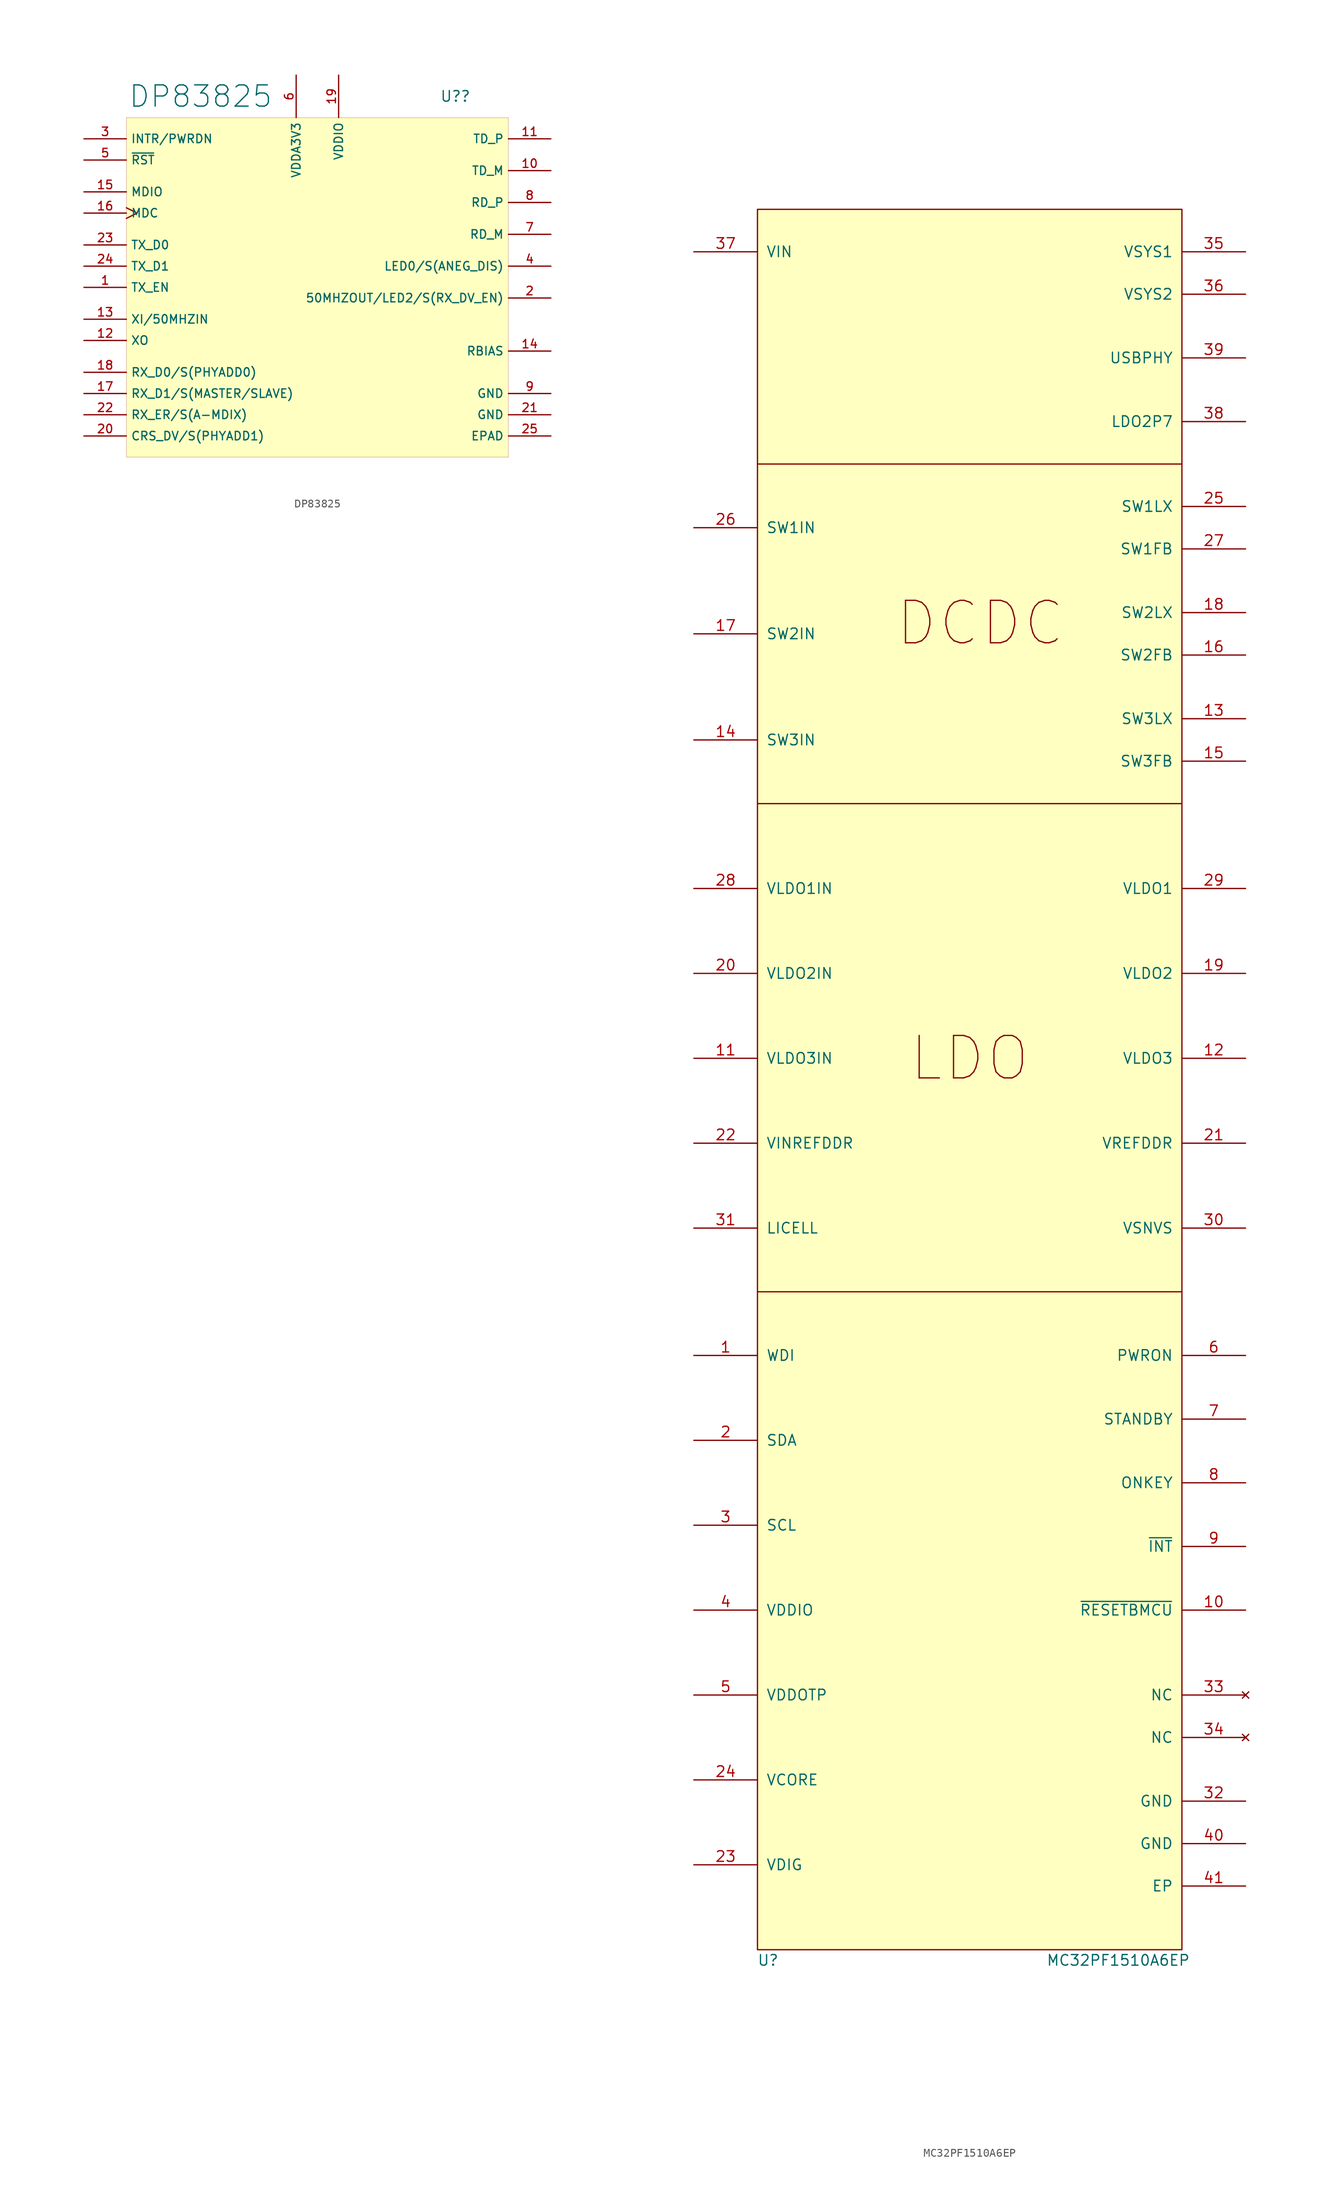
<source format=kicad_sym>
(kicad_symbol_lib
  (version 20211014)
  (generator kicad_symbol_editor)
  (symbol "DP83825"
    (property "Reference" "U?"
      (at 16.51 22.86 0)
      (effects (font (size 1.27 1.27))))
    (property "Value" "DP83825"
      (at -13.97 22.86 0)
      (effects (font (size 2.54 2.54))))
    (symbol "DP83825_0_0"
      (pin input line (at -27.94 0 0) (length 5.08) (name "TX_EN" (effects (font (size 1.016 1.016)))) (number "1" (effects (font (size 1.016 1.016)))))
      (pin output line (at 27.94 13.97 180) (length 5.08) (name "TD_M" (effects (font (size 1.016 1.016)))) (number "10" (effects (font (size 1.016 1.016)))))
      (pin output line (at 27.94 17.78 180) (length 5.08) (name "TD_P" (effects (font (size 1.016 1.016)))) (number "11" (effects (font (size 1.016 1.016)))))
      (pin output line (at -27.94 -6.35 0) (length 5.08) (name "XO" (effects (font (size 1.016 1.016)))) (number "12" (effects (font (size 1.016 1.016)))))
      (pin input line (at -27.94 -3.81 0) (length 5.08) (name "XI/50MHZIN" (effects (font (size 1.016 1.016)))) (number "13" (effects (font (size 1.016 1.016)))))
      (pin passive line (at 27.94 -7.62 180) (length 5.08) (name "RBIAS" (effects (font (size 1.016 1.016)))) (number "14" (effects (font (size 1.016 1.016)))))
      (pin bidirectional line (at -27.94 11.43 0) (length 5.08) (name "MDIO" (effects (font (size 1.016 1.016)))) (number "15" (effects (font (size 1.016 1.016)))))
      (pin input clock (at -27.94 8.89 0) (length 5.08) (name "MDC" (effects (font (size 1.016 1.016)))) (number "16" (effects (font (size 1.016 1.016)))))
      (pin bidirectional line (at -27.94 -12.7 0) (length 5.08) (name "RX_D1/S(MASTER/SLAVE)" (effects (font (size 1.016 1.016)))) (number "17" (effects (font (size 1.016 1.016)))))
      (pin bidirectional line (at -27.94 -10.16 0) (length 5.08) (name "RX_D0/S(PHYADD0)" (effects (font (size 1.016 1.016)))) (number "18" (effects (font (size 1.016 1.016)))))
      (pin power_in line (at 2.54 25.4 270) (length 5.08) (name "VDDIO" (effects (font (size 1.016 1.016)))) (number "19" (effects (font (size 1.016 1.016)))))
      (pin bidirectional line (at 27.94 -1.27 180) (length 5.08) (name "50MHZOUT/LED2/S(RX_DV_EN)" (effects (font (size 1.016 1.016)))) (number "2" (effects (font (size 1.016 1.016)))))
      (pin bidirectional line (at -27.94 -17.78 0) (length 5.08) (name "CRS_DV/S(PHYADD1)" (effects (font (size 1.016 1.016)))) (number "20" (effects (font (size 1.016 1.016)))))
      (pin power_in line (at 27.94 -15.24 180) (length 5.08) (name "GND" (effects (font (size 1.016 1.016)))) (number "21" (effects (font (size 1.016 1.016)))))
      (pin bidirectional line (at -27.94 -15.24 0) (length 5.08) (name "RX_ER/S(A-MDIX)" (effects (font (size 1.016 1.016)))) (number "22" (effects (font (size 1.016 1.016)))))
      (pin input line (at -27.94 5.08 0) (length 5.08) (name "TX_D0" (effects (font (size 1.016 1.016)))) (number "23" (effects (font (size 1.016 1.016)))))
      (pin input line (at -27.94 2.54 0) (length 5.08) (name "TX_D1" (effects (font (size 1.016 1.016)))) (number "24" (effects (font (size 1.016 1.016)))))
      (pin input line (at -27.94 17.78 0) (length 5.08) (name "INTR/PWRDN" (effects (font (size 1.016 1.016)))) (number "3" (effects (font (size 1.016 1.016)))))
      (pin bidirectional line (at 27.94 2.54 180) (length 5.08) (name "LED0/S(ANEG_DIS)" (effects (font (size 1.016 1.016)))) (number "4" (effects (font (size 1.016 1.016)))))
      (pin input line (at -27.94 15.24 0) (length 5.08) (name "~{RST}" (effects (font (size 1.016 1.016)))) (number "5" (effects (font (size 1.016 1.016)))))
      (pin power_in line (at -2.54 25.4 270) (length 5.08) (name "VDDA3V3" (effects (font (size 1.016 1.016)))) (number "6" (effects (font (size 1.016 1.016)))))
      (pin input line (at 27.94 6.35 180) (length 5.08) (name "RD_M" (effects (font (size 1.016 1.016)))) (number "7" (effects (font (size 1.016 1.016)))))
      (pin input line (at 27.94 10.16 180) (length 5.08) (name "RD_P" (effects (font (size 1.016 1.016)))) (number "8" (effects (font (size 1.016 1.016)))))
      (pin power_in line (at 27.94 -12.7 180) (length 5.08) (name "GND" (effects (font (size 1.016 1.016)))) (number "9" (effects (font (size 1.016 1.016))))))
    (symbol "DP83825_0_1"
      (rectangle (start -22.86 20.32) (end 22.86 -20.32) (stroke (width 0.001) (type default) (color 0 0 0 0)) (fill (type background))))
    (symbol "DP83825_1_1"
      (pin input line (at 27.94 -17.78 180) (length 5.08) (name "EPAD" (effects (font (size 1.016 1.016)))) (number "25" (effects (font (size 1.016 1.016)))))
      (pin input line (at 27.94 -17.78 180) (length 5.08) hide (name "EPAD" (effects (font (size 1.016 1.016)))) (number "26" (effects (font (size 1.016 1.016)))))
      (pin input line (at 27.94 -17.78 180) (length 5.08) hide (name "EPAD" (effects (font (size 1.016 1.016)))) (number "27" (effects (font (size 1.016 1.016)))))
      (pin input line (at 27.94 -17.78 180) (length 5.08) hide (name "EPAD" (effects (font (size 1.016 1.016)))) (number "28" (effects (font (size 1.016 1.016)))))
      (pin input line (at 27.94 -17.78 180) (length 5.08) hide (name "EPAD" (effects (font (size 1.016 1.016)))) (number "29" (effects (font (size 1.016 1.016)))))
      (pin input line (at 27.94 -17.78 180) (length 5.08) hide (name "EPAD" (effects (font (size 1.016 1.016)))) (number "30" (effects (font (size 1.016 1.016)))))))
  (symbol "MC32PF1510A6EP"
    (pin_names
      (offset 1.016))
    (property "Reference" "U"
      (at -25.4 -209.55 0)
      (effects (font (size 1.27 1.27))))
    (property "Value" "MC32PF1510A6EP"
      (at 16.51 -209.55 0)
      (effects (font (size 1.27 1.27))))
    (symbol "MC32PF1510A6EP_0_0"
      (polyline (pts (xy -26.67 -129.54) (xy 24.13 -129.54)) (stroke (width 0) (type default) (color 0 0 0 0)) (fill (type none)))
      (text "DCDC" (at 0 -49.53 0) (effects (font (size 5.08 5.08))))
      (text "LDO" (at -1.27 -101.6 0) (effects (font (size 5.08 5.08)))))
    (symbol "MC32PF1510A6EP_0_1"
      (polyline (pts (xy -26.67 -30.48) (xy 24.13 -30.48)) (stroke (width 0) (type default) (color 0 0 0 0)) (fill (type none)))
      (polyline (pts (xy 24.13 -71.12) (xy -26.67 -71.12)) (stroke (width 0) (type default) (color 0 0 0 0)) (fill (type none))))
    (symbol "MC32PF1510A6EP_1_1"
      (rectangle (start -26.67 0) (end 24.13 -208.28) (stroke (width 0) (type default) (color 0 0 0 0)) (fill (type background)))
      (pin input line (at -34.29 -137.16 0) (length 7.62) (name "WDI" (effects (font (size 1.27 1.27)))) (number "1" (effects (font (size 1.27 1.27)))))
      (pin output line (at 31.75 -167.64 180) (length 7.62) (name "~{RESETBMCU}" (effects (font (size 1.27 1.27)))) (number "10" (effects (font (size 1.27 1.27)))))
      (pin power_in line (at -34.29 -101.6 0) (length 7.62) (name "VLDO3IN" (effects (font (size 1.27 1.27)))) (number "11" (effects (font (size 1.27 1.27)))))
      (pin power_out line (at 31.75 -101.6 180) (length 7.62) (name "VLDO3" (effects (font (size 1.27 1.27)))) (number "12" (effects (font (size 1.27 1.27)))))
      (pin power_out line (at 31.75 -60.96 180) (length 7.62) (name "SW3LX" (effects (font (size 1.27 1.27)))) (number "13" (effects (font (size 1.27 1.27)))))
      (pin power_in line (at -34.29 -63.5 0) (length 7.62) (name "SW3IN" (effects (font (size 1.27 1.27)))) (number "14" (effects (font (size 1.27 1.27)))))
      (pin input line (at 31.75 -66.04 180) (length 7.62) (name "SW3FB" (effects (font (size 1.27 1.27)))) (number "15" (effects (font (size 1.27 1.27)))))
      (pin input line (at 31.75 -53.34 180) (length 7.62) (name "SW2FB" (effects (font (size 1.27 1.27)))) (number "16" (effects (font (size 1.27 1.27)))))
      (pin power_in line (at -34.29 -50.8 0) (length 7.62) (name "SW2IN" (effects (font (size 1.27 1.27)))) (number "17" (effects (font (size 1.27 1.27)))))
      (pin power_out line (at 31.75 -48.26 180) (length 7.62) (name "SW2LX" (effects (font (size 1.27 1.27)))) (number "18" (effects (font (size 1.27 1.27)))))
      (pin power_out line (at 31.75 -91.44 180) (length 7.62) (name "VLDO2" (effects (font (size 1.27 1.27)))) (number "19" (effects (font (size 1.27 1.27)))))
      (pin input line (at -34.29 -147.32 0) (length 7.62) (name "SDA" (effects (font (size 1.27 1.27)))) (number "2" (effects (font (size 1.27 1.27)))))
      (pin power_in line (at -34.29 -91.44 0) (length 7.62) (name "VLDO2IN" (effects (font (size 1.27 1.27)))) (number "20" (effects (font (size 1.27 1.27)))))
      (pin power_out line (at 31.75 -111.76 180) (length 7.62) (name "VREFDDR" (effects (font (size 1.27 1.27)))) (number "21" (effects (font (size 1.27 1.27)))))
      (pin power_in line (at -34.29 -111.76 0) (length 7.62) (name "VINREFDDR" (effects (font (size 1.27 1.27)))) (number "22" (effects (font (size 1.27 1.27)))))
      (pin input line (at -34.29 -198.12 0) (length 7.62) (name "VDIG" (effects (font (size 1.27 1.27)))) (number "23" (effects (font (size 1.27 1.27)))))
      (pin input line (at -34.29 -187.96 0) (length 7.62) (name "VCORE" (effects (font (size 1.27 1.27)))) (number "24" (effects (font (size 1.27 1.27)))))
      (pin power_out line (at 31.75 -35.56 180) (length 7.62) (name "SW1LX" (effects (font (size 1.27 1.27)))) (number "25" (effects (font (size 1.27 1.27)))))
      (pin power_in line (at -34.29 -38.1 0) (length 7.62) (name "SW1IN" (effects (font (size 1.27 1.27)))) (number "26" (effects (font (size 1.27 1.27)))))
      (pin input line (at 31.75 -40.64 180) (length 7.62) (name "SW1FB" (effects (font (size 1.27 1.27)))) (number "27" (effects (font (size 1.27 1.27)))))
      (pin power_in line (at -34.29 -81.28 0) (length 7.62) (name "VLDO1IN" (effects (font (size 1.27 1.27)))) (number "28" (effects (font (size 1.27 1.27)))))
      (pin power_out line (at 31.75 -81.28 180) (length 7.62) (name "VLDO1" (effects (font (size 1.27 1.27)))) (number "29" (effects (font (size 1.27 1.27)))))
      (pin input line (at -34.29 -157.48 0) (length 7.62) (name "SCL" (effects (font (size 1.27 1.27)))) (number "3" (effects (font (size 1.27 1.27)))))
      (pin power_out line (at 31.75 -121.92 180) (length 7.62) (name "VSNVS" (effects (font (size 1.27 1.27)))) (number "30" (effects (font (size 1.27 1.27)))))
      (pin input line (at -34.29 -121.92 0) (length 7.62) (name "LICELL" (effects (font (size 1.27 1.27)))) (number "31" (effects (font (size 1.27 1.27)))))
      (pin power_in line (at 31.75 -190.5 180) (length 7.62) (name "GND" (effects (font (size 1.27 1.27)))) (number "32" (effects (font (size 1.27 1.27)))))
      (pin no_connect line (at 31.75 -177.8 180) (length 7.62) (name "NC" (effects (font (size 1.27 1.27)))) (number "33" (effects (font (size 1.27 1.27)))))
      (pin no_connect line (at 31.75 -182.88 180) (length 7.62) (name "NC" (effects (font (size 1.27 1.27)))) (number "34" (effects (font (size 1.27 1.27)))))
      (pin power_out line (at 31.75 -5.08 180) (length 7.62) (name "VSYS1" (effects (font (size 1.27 1.27)))) (number "35" (effects (font (size 1.27 1.27)))))
      (pin passive line (at 31.75 -10.16 180) (length 7.62) (name "VSYS2" (effects (font (size 1.27 1.27)))) (number "36" (effects (font (size 1.27 1.27)))))
      (pin power_in line (at -34.29 -5.08 0) (length 7.62) (name "VIN" (effects (font (size 1.27 1.27)))) (number "37" (effects (font (size 1.27 1.27)))))
      (pin power_out line (at 31.75 -25.4 180) (length 7.62) (name "LDO2P7" (effects (font (size 1.27 1.27)))) (number "38" (effects (font (size 1.27 1.27)))))
      (pin power_out line (at 31.75 -17.78 180) (length 7.62) (name "USBPHY" (effects (font (size 1.27 1.27)))) (number "39" (effects (font (size 1.27 1.27)))))
      (pin power_in line (at -34.29 -167.64 0) (length 7.62) (name "VDDIO" (effects (font (size 1.27 1.27)))) (number "4" (effects (font (size 1.27 1.27)))))
      (pin power_in line (at 31.75 -195.58 180) (length 7.62) (name "GND" (effects (font (size 1.27 1.27)))) (number "40" (effects (font (size 1.27 1.27)))))
      (pin power_in line (at 31.75 -200.66 180) (length 7.62) (name "EP" (effects (font (size 1.27 1.27)))) (number "41" (effects (font (size 1.27 1.27)))))
      (pin power_in line (at -34.29 -177.8 0) (length 7.62) (name "VDDOTP" (effects (font (size 1.27 1.27)))) (number "5" (effects (font (size 1.27 1.27)))))
      (pin input line (at 31.75 -137.16 180) (length 7.62) (name "PWRON" (effects (font (size 1.27 1.27)))) (number "6" (effects (font (size 1.27 1.27)))))
      (pin input line (at 31.75 -144.78 180) (length 7.62) (name "STANDBY" (effects (font (size 1.27 1.27)))) (number "7" (effects (font (size 1.27 1.27)))))
      (pin input line (at 31.75 -152.4 180) (length 7.62) (name "ONKEY" (effects (font (size 1.27 1.27)))) (number "8" (effects (font (size 1.27 1.27)))))
      (pin output line (at 31.75 -160.02 180) (length 7.62) (name "~{INT}" (effects (font (size 1.27 1.27)))) (number "9" (effects (font (size 1.27 1.27))))))))
</source>
